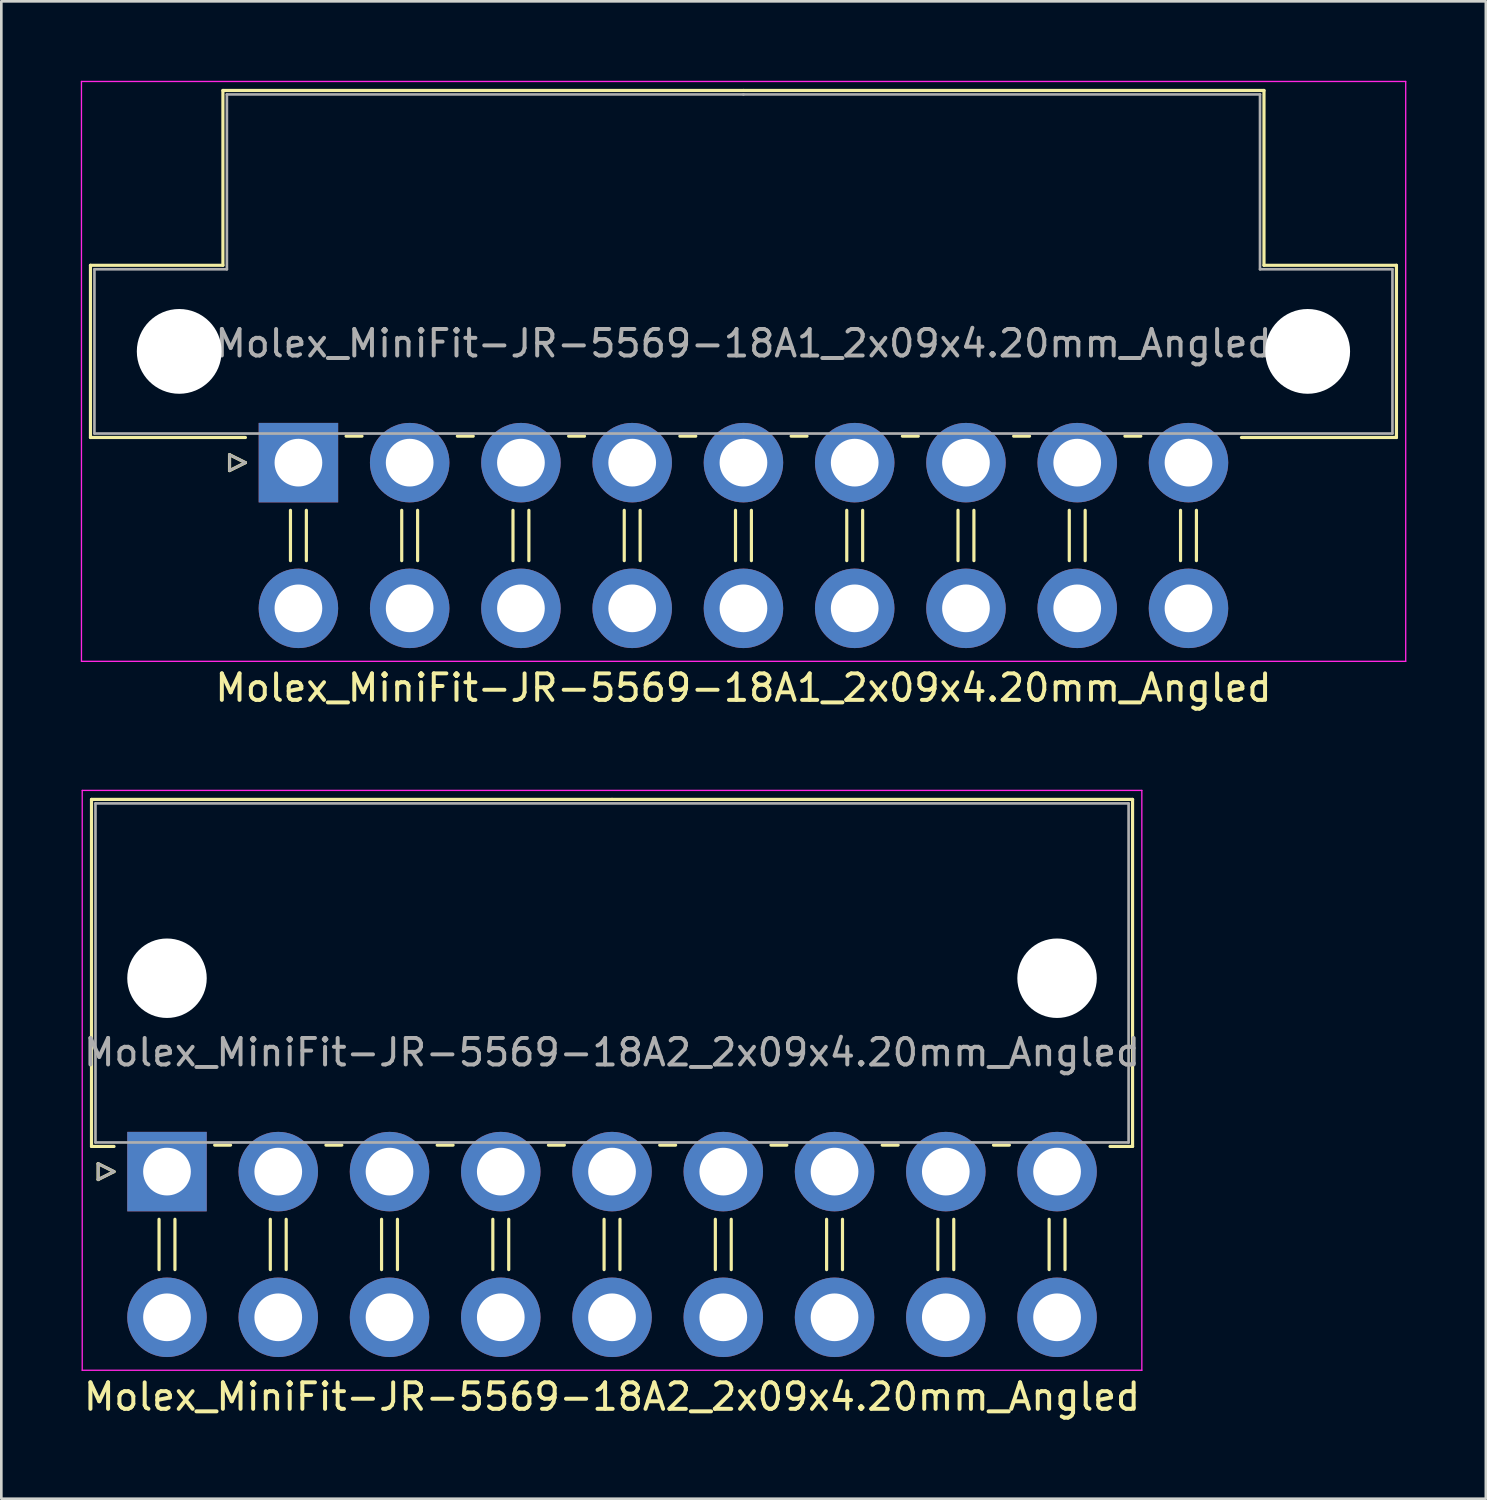
<source format=kicad_pcb>
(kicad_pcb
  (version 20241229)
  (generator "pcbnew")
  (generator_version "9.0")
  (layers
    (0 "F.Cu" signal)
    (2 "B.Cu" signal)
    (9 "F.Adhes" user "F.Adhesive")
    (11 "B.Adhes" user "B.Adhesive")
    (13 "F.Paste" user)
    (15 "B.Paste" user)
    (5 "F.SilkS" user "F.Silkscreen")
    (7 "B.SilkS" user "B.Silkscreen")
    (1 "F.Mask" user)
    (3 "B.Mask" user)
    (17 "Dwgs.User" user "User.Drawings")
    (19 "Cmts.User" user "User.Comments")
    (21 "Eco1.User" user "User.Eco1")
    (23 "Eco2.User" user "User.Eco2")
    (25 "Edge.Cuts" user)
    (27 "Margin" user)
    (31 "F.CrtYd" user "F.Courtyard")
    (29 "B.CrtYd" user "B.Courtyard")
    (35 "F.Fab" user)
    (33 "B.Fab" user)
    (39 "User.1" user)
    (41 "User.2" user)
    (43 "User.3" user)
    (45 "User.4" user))
  (footprint "Molex_MiniFit-JR-5569-18A1_2x09x4.20mm_Angled"
    (layer "F.Cu")
    (at 8.215 14.415)
    (property "Reference" "Molex_MiniFit-JR-5569-18A1_2x09x4.20mm_Angled" (at 16.8 8.5 0) (layer "F.SilkS") (effects (font (size 1 1) (thickness 0.15))))
    (attr through_hole)
    (fp_line (start -7.85 -7.45) (end -7.85 -0.95) (stroke (width 0.12) (type solid)) (layer "F.SilkS"))
    (fp_line (start -7.85 -0.95) (end -2 -0.95) (stroke (width 0.12) (type solid)) (layer "F.SilkS"))
    (fp_line (start -2.85 -14.05) (end -2.85 -7.45) (stroke (width 0.12) (type solid)) (layer "F.SilkS"))
    (fp_line (start -2.85 -7.45) (end -7.85 -7.45) (stroke (width 0.12) (type solid)) (layer "F.SilkS"))
    (fp_line (start -2.6 -0.3) (end -2 0) (stroke (width 0.12) (type solid)) (layer "F.SilkS"))
    (fp_line (start -2.6 0.3) (end -2.6 -0.3) (stroke (width 0.12) (type solid)) (layer "F.SilkS"))
    (fp_line (start -2 0) (end -2.6 0.3) (stroke (width 0.12) (type solid)) (layer "F.SilkS"))
    (fp_line (start -0.3 1.8) (end -0.3 3.7) (stroke (width 0.12) (type solid)) (layer "F.SilkS"))
    (fp_line (start 0.3 1.8) (end 0.3 3.7) (stroke (width 0.12) (type solid)) (layer "F.SilkS"))
    (fp_line (start 1.8 -1) (end 2.4 -1) (stroke (width 0.12) (type solid)) (layer "F.SilkS"))
    (fp_line (start 3.9 1.8) (end 3.9 3.7) (stroke (width 0.12) (type solid)) (layer "F.SilkS"))
    (fp_line (start 4.5 1.8) (end 4.5 3.7) (stroke (width 0.12) (type solid)) (layer "F.SilkS"))
    (fp_line (start 6 -1) (end 6.6 -1) (stroke (width 0.12) (type solid)) (layer "F.SilkS"))
    (fp_line (start 8.1 1.8) (end 8.1 3.7) (stroke (width 0.12) (type solid)) (layer "F.SilkS"))
    (fp_line (start 8.7 1.8) (end 8.7 3.7) (stroke (width 0.12) (type solid)) (layer "F.SilkS"))
    (fp_line (start 10.2 -1) (end 10.8 -1) (stroke (width 0.12) (type solid)) (layer "F.SilkS"))
    (fp_line (start 12.3 1.8) (end 12.3 3.7) (stroke (width 0.12) (type solid)) (layer "F.SilkS"))
    (fp_line (start 12.9 1.8) (end 12.9 3.7) (stroke (width 0.12) (type solid)) (layer "F.SilkS"))
    (fp_line (start 14.4 -1) (end 15 -1) (stroke (width 0.12) (type solid)) (layer "F.SilkS"))
    (fp_line (start 16.5 1.8) (end 16.5 3.7) (stroke (width 0.12) (type solid)) (layer "F.SilkS"))
    (fp_line (start 16.8 -14.05) (end -2.85 -14.05) (stroke (width 0.12) (type solid)) (layer "F.SilkS"))
    (fp_line (start 16.8 -14.05) (end 36.45 -14.05) (stroke (width 0.12) (type solid)) (layer "F.SilkS"))
    (fp_line (start 17.1 1.8) (end 17.1 3.7) (stroke (width 0.12) (type solid)) (layer "F.SilkS"))
    (fp_line (start 18.6 -1) (end 19.2 -1) (stroke (width 0.12) (type solid)) (layer "F.SilkS"))
    (fp_line (start 20.7 1.8) (end 20.7 3.7) (stroke (width 0.12) (type solid)) (layer "F.SilkS"))
    (fp_line (start 21.3 1.8) (end 21.3 3.7) (stroke (width 0.12) (type solid)) (layer "F.SilkS"))
    (fp_line (start 22.8 -1) (end 23.4 -1) (stroke (width 0.12) (type solid)) (layer "F.SilkS"))
    (fp_line (start 24.9 1.8) (end 24.9 3.7) (stroke (width 0.12) (type solid)) (layer "F.SilkS"))
    (fp_line (start 25.5 1.8) (end 25.5 3.7) (stroke (width 0.12) (type solid)) (layer "F.SilkS"))
    (fp_line (start 27 -1) (end 27.6 -1) (stroke (width 0.12) (type solid)) (layer "F.SilkS"))
    (fp_line (start 29.1 1.8) (end 29.1 3.7) (stroke (width 0.12) (type solid)) (layer "F.SilkS"))
    (fp_line (start 29.7 1.8) (end 29.7 3.7) (stroke (width 0.12) (type solid)) (layer "F.SilkS"))
    (fp_line (start 31.2 -1) (end 31.8 -1) (stroke (width 0.12) (type solid)) (layer "F.SilkS"))
    (fp_line (start 33.3 1.8) (end 33.3 3.7) (stroke (width 0.12) (type solid)) (layer "F.SilkS"))
    (fp_line (start 33.9 1.8) (end 33.9 3.7) (stroke (width 0.12) (type solid)) (layer "F.SilkS"))
    (fp_line (start 36.45 -14.05) (end 36.45 -7.45) (stroke (width 0.12) (type solid)) (layer "F.SilkS"))
    (fp_line (start 36.45 -7.45) (end 41.45 -7.45) (stroke (width 0.12) (type solid)) (layer "F.SilkS"))
    (fp_line (start 41.45 -7.45) (end 41.45 -0.95) (stroke (width 0.12) (type solid)) (layer "F.SilkS"))
    (fp_line (start 41.45 -0.95) (end 35.6 -0.95) (stroke (width 0.12) (type solid)) (layer "F.SilkS"))
    (fp_line (start -8.19 -14.39) (end -8.19 7.5) (stroke (width 0.05) (type solid)) (layer "F.CrtYd"))
    (fp_line (start -8.19 7.5) (end 41.8 7.5) (stroke (width 0.05) (type solid)) (layer "F.CrtYd"))
    (fp_line (start 41.8 -14.39) (end -8.19 -14.39) (stroke (width 0.05) (type solid)) (layer "F.CrtYd"))
    (fp_line (start 41.8 7.5) (end 41.8 -14.39) (stroke (width 0.05) (type solid)) (layer "F.CrtYd"))
    (fp_line (start -7.7 -7.3) (end -7.7 -1.1) (stroke (width 0.1) (type solid)) (layer "F.Fab"))
    (fp_line (start -7.7 -1.1) (end 16.8 -1.1) (stroke (width 0.1) (type solid)) (layer "F.Fab"))
    (fp_line (start -2.7 -13.9) (end -2.7 -7.3) (stroke (width 0.1) (type solid)) (layer "F.Fab"))
    (fp_line (start -2.7 -7.3) (end -7.7 -7.3) (stroke (width 0.1) (type solid)) (layer "F.Fab"))
    (fp_line (start -2.6 -0.3) (end -2 0) (stroke (width 0.1) (type solid)) (layer "F.Fab"))
    (fp_line (start -2.6 0.3) (end -2.6 -0.3) (stroke (width 0.1) (type solid)) (layer "F.Fab"))
    (fp_line (start -2 0) (end -2.6 0.3) (stroke (width 0.1) (type solid)) (layer "F.Fab"))
    (fp_line (start 16.8 -13.9) (end -2.7 -13.9) (stroke (width 0.1) (type solid)) (layer "F.Fab"))
    (fp_line (start 16.8 -13.9) (end 36.3 -13.9) (stroke (width 0.1) (type solid)) (layer "F.Fab"))
    (fp_line (start 36.3 -13.9) (end 36.3 -7.3) (stroke (width 0.1) (type solid)) (layer "F.Fab"))
    (fp_line (start 36.3 -7.3) (end 41.3 -7.3) (stroke (width 0.1) (type solid)) (layer "F.Fab"))
    (fp_line (start 41.3 -7.3) (end 41.3 -1.1) (stroke (width 0.1) (type solid)) (layer "F.Fab"))
    (fp_line (start 41.3 -1.1) (end 16.8 -1.1) (stroke (width 0.1) (type solid)) (layer "F.Fab"))
    (fp_text user "${REFERENCE}" (at 16.8 -4.5 0) (layer "F.Fab") (effects (font (size 1 1) (thickness 0.15))))
    (pad "" np_thru_hole circle (at -4.5 -4.2) (size 3.2 3.2) (drill 3.2) (layers "*.Cu" "*.Mask"))
    (pad "" np_thru_hole circle (at 38.1 -4.2) (size 3.2 3.2) (drill 3.2) (layers "*.Cu" "*.Mask"))
    (pad "1" thru_hole rect (at 0 0) (size 3 3) (drill 1.8) (layers "*.Cu" "*.Mask"))
    (pad "2" thru_hole circle (at 4.2 0) (size 3 3) (drill 1.8) (layers "*.Cu" "*.Mask"))
    (pad "3" thru_hole circle (at 8.4 0) (size 3 3) (drill 1.8) (layers "*.Cu" "*.Mask"))
    (pad "4" thru_hole circle (at 12.6 0) (size 3 3) (drill 1.8) (layers "*.Cu" "*.Mask"))
    (pad "5" thru_hole circle (at 16.8 0) (size 3 3) (drill 1.8) (layers "*.Cu" "*.Mask"))
    (pad "6" thru_hole circle (at 21 0) (size 3 3) (drill 1.8) (layers "*.Cu" "*.Mask"))
    (pad "7" thru_hole circle (at 25.2 0) (size 3 3) (drill 1.8) (layers "*.Cu" "*.Mask"))
    (pad "8" thru_hole circle (at 29.4 0) (size 3 3) (drill 1.8) (layers "*.Cu" "*.Mask"))
    (pad "9" thru_hole circle (at 33.6 0) (size 3 3) (drill 1.8) (layers "*.Cu" "*.Mask"))
    (pad "10" thru_hole circle (at 0 5.5) (size 3 3) (drill 1.8) (layers "*.Cu" "*.Mask"))
    (pad "11" thru_hole circle (at 4.2 5.5) (size 3 3) (drill 1.8) (layers "*.Cu" "*.Mask"))
    (pad "12" thru_hole circle (at 8.4 5.5) (size 3 3) (drill 1.8) (layers "*.Cu" "*.Mask"))
    (pad "13" thru_hole circle (at 12.6 5.5) (size 3 3) (drill 1.8) (layers "*.Cu" "*.Mask"))
    (pad "14" thru_hole circle (at 16.8 5.5) (size 3 3) (drill 1.8) (layers "*.Cu" "*.Mask"))
    (pad "15" thru_hole circle (at 21 5.5) (size 3 3) (drill 1.8) (layers "*.Cu" "*.Mask"))
    (pad "16" thru_hole circle (at 25.2 5.5) (size 3 3) (drill 1.8) (layers "*.Cu" "*.Mask"))
    (pad "17" thru_hole circle (at 29.4 5.5) (size 3 3) (drill 1.8) (layers "*.Cu" "*.Mask"))
    (pad "18" thru_hole circle (at 33.6 5.5) (size 3 3) (drill 1.8) (layers "*.Cu" "*.Mask")))
  (footprint "Molex_MiniFit-JR-5569-18A2_2x09x4.20mm_Angled"
    (layer "F.Cu")
    (at 3.254 41.178)
    (property "Reference" "Molex_MiniFit-JR-5569-18A2_2x09x4.20mm_Angled" (at 16.8 8.5 0) (layer "F.SilkS") (effects (font (size 1 1) (thickness 0.15))))
    (attr through_hole)
    (fp_line (start -2.85 -14.05) (end 16.8 -14.05) (stroke (width 0.12) (type solid)) (layer "F.SilkS"))
    (fp_line (start -2.85 -0.95) (end -2.85 -14.05) (stroke (width 0.12) (type solid)) (layer "F.SilkS"))
    (fp_line (start -2.6 -0.3) (end -2 0) (stroke (width 0.12) (type solid)) (layer "F.SilkS"))
    (fp_line (start -2.6 0.3) (end -2.6 -0.3) (stroke (width 0.12) (type solid)) (layer "F.SilkS"))
    (fp_line (start -2 -0.95) (end -2.85 -0.95) (stroke (width 0.12) (type solid)) (layer "F.SilkS"))
    (fp_line (start -2 0) (end -2.6 0.3) (stroke (width 0.12) (type solid)) (layer "F.SilkS"))
    (fp_line (start -0.3 1.8) (end -0.3 3.7) (stroke (width 0.12) (type solid)) (layer "F.SilkS"))
    (fp_line (start 0.3 1.8) (end 0.3 3.7) (stroke (width 0.12) (type solid)) (layer "F.SilkS"))
    (fp_line (start 1.8 -1) (end 2.4 -1) (stroke (width 0.12) (type solid)) (layer "F.SilkS"))
    (fp_line (start 3.9 1.8) (end 3.9 3.7) (stroke (width 0.12) (type solid)) (layer "F.SilkS"))
    (fp_line (start 4.5 1.8) (end 4.5 3.7) (stroke (width 0.12) (type solid)) (layer "F.SilkS"))
    (fp_line (start 6 -1) (end 6.6 -1) (stroke (width 0.12) (type solid)) (layer "F.SilkS"))
    (fp_line (start 8.1 1.8) (end 8.1 3.7) (stroke (width 0.12) (type solid)) (layer "F.SilkS"))
    (fp_line (start 8.7 1.8) (end 8.7 3.7) (stroke (width 0.12) (type solid)) (layer "F.SilkS"))
    (fp_line (start 10.2 -1) (end 10.8 -1) (stroke (width 0.12) (type solid)) (layer "F.SilkS"))
    (fp_line (start 12.3 1.8) (end 12.3 3.7) (stroke (width 0.12) (type solid)) (layer "F.SilkS"))
    (fp_line (start 12.9 1.8) (end 12.9 3.7) (stroke (width 0.12) (type solid)) (layer "F.SilkS"))
    (fp_line (start 14.4 -1) (end 15 -1) (stroke (width 0.12) (type solid)) (layer "F.SilkS"))
    (fp_line (start 16.5 1.8) (end 16.5 3.7) (stroke (width 0.12) (type solid)) (layer "F.SilkS"))
    (fp_line (start 17.1 1.8) (end 17.1 3.7) (stroke (width 0.12) (type solid)) (layer "F.SilkS"))
    (fp_line (start 18.6 -1) (end 19.2 -1) (stroke (width 0.12) (type solid)) (layer "F.SilkS"))
    (fp_line (start 20.7 1.8) (end 20.7 3.7) (stroke (width 0.12) (type solid)) (layer "F.SilkS"))
    (fp_line (start 21.3 1.8) (end 21.3 3.7) (stroke (width 0.12) (type solid)) (layer "F.SilkS"))
    (fp_line (start 22.8 -1) (end 23.4 -1) (stroke (width 0.12) (type solid)) (layer "F.SilkS"))
    (fp_line (start 24.9 1.8) (end 24.9 3.7) (stroke (width 0.12) (type solid)) (layer "F.SilkS"))
    (fp_line (start 25.5 1.8) (end 25.5 3.7) (stroke (width 0.12) (type solid)) (layer "F.SilkS"))
    (fp_line (start 27 -1) (end 27.6 -1) (stroke (width 0.12) (type solid)) (layer "F.SilkS"))
    (fp_line (start 29.1 1.8) (end 29.1 3.7) (stroke (width 0.12) (type solid)) (layer "F.SilkS"))
    (fp_line (start 29.7 1.8) (end 29.7 3.7) (stroke (width 0.12) (type solid)) (layer "F.SilkS"))
    (fp_line (start 31.2 -1) (end 31.8 -1) (stroke (width 0.12) (type solid)) (layer "F.SilkS"))
    (fp_line (start 33.3 1.8) (end 33.3 3.7) (stroke (width 0.12) (type solid)) (layer "F.SilkS"))
    (fp_line (start 33.9 1.8) (end 33.9 3.7) (stroke (width 0.12) (type solid)) (layer "F.SilkS"))
    (fp_line (start 35.6 -0.95) (end 36.45 -0.95) (stroke (width 0.12) (type solid)) (layer "F.SilkS"))
    (fp_line (start 36.45 -14.05) (end 16.8 -14.05) (stroke (width 0.12) (type solid)) (layer "F.SilkS"))
    (fp_line (start 36.45 -0.95) (end 36.45 -14.05) (stroke (width 0.12) (type solid)) (layer "F.SilkS"))
    (fp_line (start -3.2 -14.39) (end -3.2 7.5) (stroke (width 0.05) (type solid)) (layer "F.CrtYd"))
    (fp_line (start -3.2 7.5) (end 36.8 7.5) (stroke (width 0.05) (type solid)) (layer "F.CrtYd"))
    (fp_line (start 36.8 -14.39) (end -3.2 -14.39) (stroke (width 0.05) (type solid)) (layer "F.CrtYd"))
    (fp_line (start 36.8 7.5) (end 36.8 -14.39) (stroke (width 0.05) (type solid)) (layer "F.CrtYd"))
    (fp_line (start -2.7 -13.9) (end -2.7 -1.1) (stroke (width 0.1) (type solid)) (layer "F.Fab"))
    (fp_line (start -2.7 -1.1) (end 36.3 -1.1) (stroke (width 0.1) (type solid)) (layer "F.Fab"))
    (fp_line (start -2.6 -0.3) (end -2 0) (stroke (width 0.1) (type solid)) (layer "F.Fab"))
    (fp_line (start -2.6 0.3) (end -2.6 -0.3) (stroke (width 0.1) (type solid)) (layer "F.Fab"))
    (fp_line (start -2 0) (end -2.6 0.3) (stroke (width 0.1) (type solid)) (layer "F.Fab"))
    (fp_line (start 36.3 -13.9) (end -2.7 -13.9) (stroke (width 0.1) (type solid)) (layer "F.Fab"))
    (fp_line (start 36.3 -1.1) (end 36.3 -13.9) (stroke (width 0.1) (type solid)) (layer "F.Fab"))
    (fp_text user "${REFERENCE}" (at 16.8 -4.5 0) (layer "F.Fab") (effects (font (size 1 1) (thickness 0.15))))
    (pad "" np_thru_hole circle (at 0 -7.3) (size 3 3) (drill 3) (layers "*.Cu" "*.Mask"))
    (pad "" np_thru_hole circle (at 33.6 -7.3) (size 3 3) (drill 3) (layers "*.Cu" "*.Mask"))
    (pad "1" thru_hole rect (at 0 0) (size 3 3) (drill 1.8) (layers "*.Cu" "*.Mask"))
    (pad "2" thru_hole circle (at 4.2 0) (size 3 3) (drill 1.8) (layers "*.Cu" "*.Mask"))
    (pad "3" thru_hole circle (at 8.4 0) (size 3 3) (drill 1.8) (layers "*.Cu" "*.Mask"))
    (pad "4" thru_hole circle (at 12.6 0) (size 3 3) (drill 1.8) (layers "*.Cu" "*.Mask"))
    (pad "5" thru_hole circle (at 16.8 0) (size 3 3) (drill 1.8) (layers "*.Cu" "*.Mask"))
    (pad "6" thru_hole circle (at 21 0) (size 3 3) (drill 1.8) (layers "*.Cu" "*.Mask"))
    (pad "7" thru_hole circle (at 25.2 0) (size 3 3) (drill 1.8) (layers "*.Cu" "*.Mask"))
    (pad "8" thru_hole circle (at 29.4 0) (size 3 3) (drill 1.8) (layers "*.Cu" "*.Mask"))
    (pad "9" thru_hole circle (at 33.6 0) (size 3 3) (drill 1.8) (layers "*.Cu" "*.Mask"))
    (pad "10" thru_hole circle (at 0 5.5) (size 3 3) (drill 1.8) (layers "*.Cu" "*.Mask"))
    (pad "11" thru_hole circle (at 4.2 5.5) (size 3 3) (drill 1.8) (layers "*.Cu" "*.Mask"))
    (pad "12" thru_hole circle (at 8.4 5.5) (size 3 3) (drill 1.8) (layers "*.Cu" "*.Mask"))
    (pad "13" thru_hole circle (at 12.6 5.5) (size 3 3) (drill 1.8) (layers "*.Cu" "*.Mask"))
    (pad "14" thru_hole circle (at 16.8 5.5) (size 3 3) (drill 1.8) (layers "*.Cu" "*.Mask"))
    (pad "15" thru_hole circle (at 21 5.5) (size 3 3) (drill 1.8) (layers "*.Cu" "*.Mask"))
    (pad "16" thru_hole circle (at 25.2 5.5) (size 3 3) (drill 1.8) (layers "*.Cu" "*.Mask"))
    (pad "17" thru_hole circle (at 29.4 5.5) (size 3 3) (drill 1.8) (layers "*.Cu" "*.Mask"))
    (pad "18" thru_hole circle (at 33.6 5.5) (size 3 3) (drill 1.8) (layers "*.Cu" "*.Mask")))
  (gr_rect
    (start -3 -3)
    (end 53.04 53.526)
    (stroke (width 0.1) (type default))
    (fill no)
    (layer "Edge.Cuts")))
</source>
